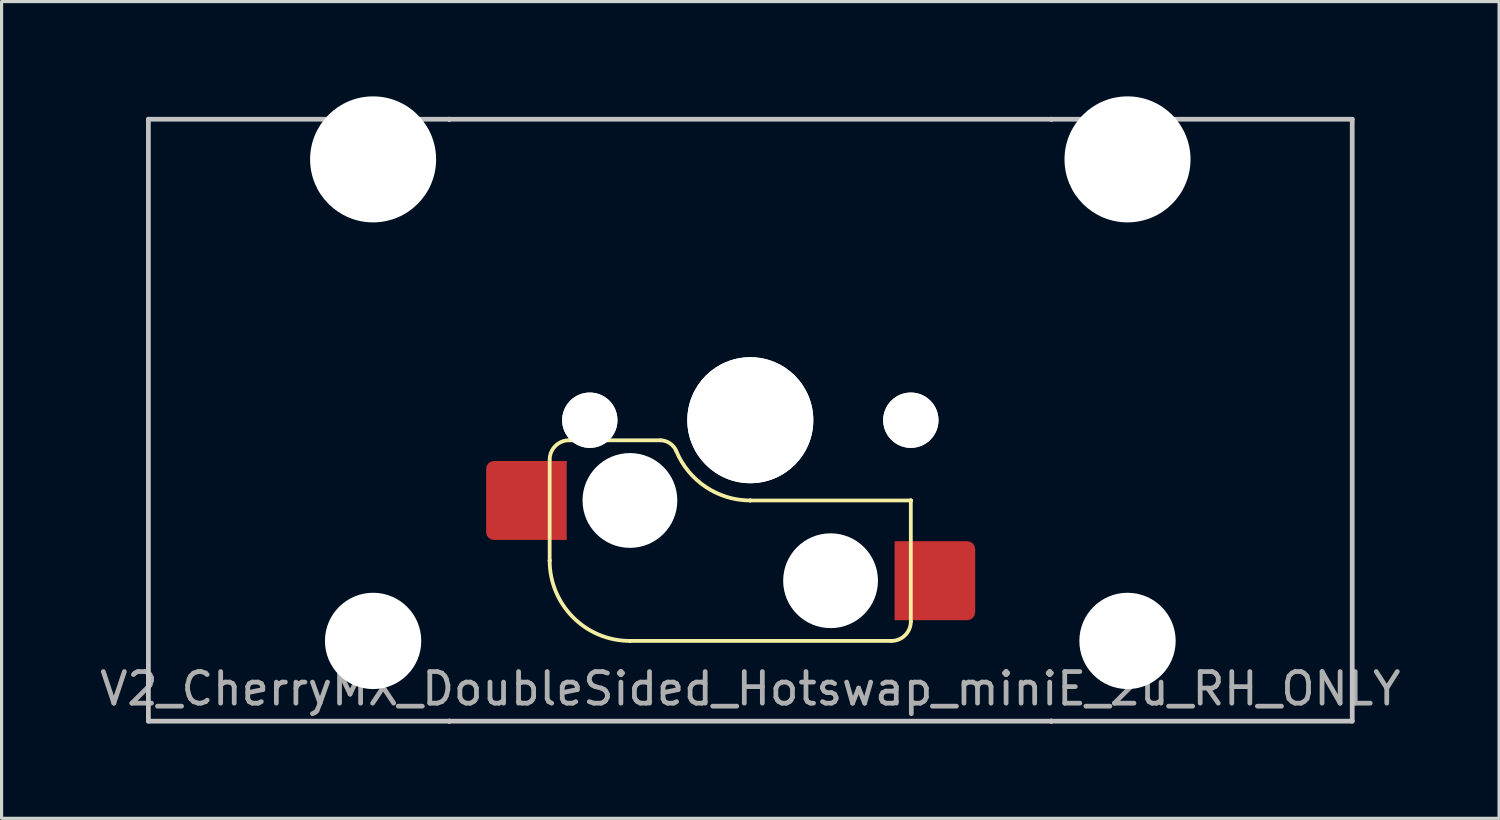
<source format=kicad_pcb>
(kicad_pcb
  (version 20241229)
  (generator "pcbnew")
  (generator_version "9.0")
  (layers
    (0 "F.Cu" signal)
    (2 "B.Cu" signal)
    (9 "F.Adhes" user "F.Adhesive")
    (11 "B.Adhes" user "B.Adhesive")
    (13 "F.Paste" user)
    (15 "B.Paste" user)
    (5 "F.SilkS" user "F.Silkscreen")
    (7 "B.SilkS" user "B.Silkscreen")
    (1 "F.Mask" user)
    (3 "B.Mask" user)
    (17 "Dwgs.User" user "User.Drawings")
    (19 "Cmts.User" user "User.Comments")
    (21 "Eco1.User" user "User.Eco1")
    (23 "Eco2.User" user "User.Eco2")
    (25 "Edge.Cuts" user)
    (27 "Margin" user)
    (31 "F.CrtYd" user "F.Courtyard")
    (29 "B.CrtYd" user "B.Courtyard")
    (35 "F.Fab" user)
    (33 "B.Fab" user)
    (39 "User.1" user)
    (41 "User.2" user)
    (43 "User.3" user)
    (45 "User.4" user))
  (footprint "V2_CherryMX_DoubleSided_Hotswap_miniE_2u_RH_ONLY"
    (layer "F.Cu")
    (at 20.696 10.249)
    (property "Reference" "V2_CherryMX_DoubleSided_Hotswap_miniE_2u_RH_ONLY" (at 0 8.5 0) (layer "F.Fab") (effects (font (size 1 1) (thickness 0.15))))
    (attr smd)
    (fp_line (start -6.35 4.445) (end -6.35 1.26) (stroke (width 0.12) (type solid)) (layer "F.SilkS"))
    (fp_line (start -6.35 4.445) (end -6.35 4.445) (stroke (width 0.12) (type solid)) (layer "F.SilkS"))
    (fp_line (start -5.73 0.635) (end -2.84 0.635) (stroke (width 0.12) (type solid)) (layer "F.SilkS"))
    (fp_line (start -3.81 6.985) (end -3.81 6.985) (stroke (width 0.12) (type solid)) (layer "F.SilkS"))
    (fp_line (start -3.81 6.985) (end 4.46 6.985) (stroke (width 0.12) (type solid)) (layer "F.SilkS"))
    (fp_line (start 0 2.54) (end 0 2.54) (stroke (width 0.12) (type solid)) (layer "F.SilkS"))
    (fp_line (start 0 2.54) (end 5.08 2.54) (stroke (width 0.12) (type solid)) (layer "F.SilkS"))
    (fp_line (start 5.08 2.54) (end 5.08 2.54) (stroke (width 0.12) (type solid)) (layer "F.SilkS"))
    (fp_line (start 5.08 2.54) (end 5.08 2.54) (stroke (width 0.12) (type solid)) (layer "F.SilkS"))
    (fp_line (start 5.08 6.37) (end 5.08 2.54) (stroke (width 0.12) (type solid)) (layer "F.SilkS"))
    (fp_arc (start -6.35 1.25) (mid -6.169871 0.815129) (end -5.735 0.635) (stroke (width 0.12) (type default)) (layer "F.SilkS"))
    (fp_arc (start -3.81 6.985) (mid -5.606051 6.241051) (end -6.35 4.445) (stroke (width 0.12) (type solid)) (layer "F.SilkS"))
    (fp_arc (start -2.840072 0.635) (mid -2.539136 0.734324) (end -2.34 0.980845) (stroke (width 0.12) (type default)) (layer "F.SilkS"))
    (fp_arc (start 0 2.54) (mid -1.405313 2.115202) (end -2.34 0.983072) (stroke (width 0.12) (type solid)) (layer "F.SilkS"))
    (fp_arc (start 5.080129 6.37) (mid 4.9 6.80487) (end 4.465129 6.985) (stroke (width 0.12) (type default)) (layer "F.SilkS"))
    (fp_line (start -19.05 -9.525) (end 19.05 -9.525) (stroke (width 0.15) (type solid)) (layer "Dwgs.User"))
    (fp_line (start -19.05 9.525) (end -19.05 -9.525) (stroke (width 0.15) (type solid)) (layer "Dwgs.User"))
    (fp_line (start -9.525 -9.525) (end -9.525 -9.525) (stroke (width 0.15) (type solid)) (layer "Dwgs.User"))
    (fp_line (start -9.525 -9.525) (end -9.525 -9.525) (stroke (width 0.15) (type solid)) (layer "Dwgs.User"))
    (fp_line (start -9.525 -9.525) (end -9.525 -9.525) (stroke (width 0.15) (type solid)) (layer "Dwgs.User"))
    (fp_line (start -9.525 -9.525) (end -9.525 -9.525) (stroke (width 0.15) (type solid)) (layer "Dwgs.User"))
    (fp_line (start -9.525 9.525) (end -9.525 9.525) (stroke (width 0.15) (type solid)) (layer "Dwgs.User"))
    (fp_line (start -9.525 9.525) (end -9.525 9.525) (stroke (width 0.15) (type solid)) (layer "Dwgs.User"))
    (fp_line (start -9.525 9.525) (end -9.525 9.525) (stroke (width 0.15) (type solid)) (layer "Dwgs.User"))
    (fp_line (start -9.525 9.525) (end -9.525 9.525) (stroke (width 0.15) (type solid)) (layer "Dwgs.User"))
    (fp_line (start 9.525 -9.525) (end 9.525 -9.525) (stroke (width 0.15) (type solid)) (layer "Dwgs.User"))
    (fp_line (start 9.525 -9.525) (end 9.525 -9.525) (stroke (width 0.15) (type solid)) (layer "Dwgs.User"))
    (fp_line (start 9.525 -9.525) (end 9.525 -9.525) (stroke (width 0.15) (type solid)) (layer "Dwgs.User"))
    (fp_line (start 9.525 -9.525) (end 9.525 -9.525) (stroke (width 0.15) (type solid)) (layer "Dwgs.User"))
    (fp_line (start 9.525 9.525) (end 9.525 9.525) (stroke (width 0.15) (type solid)) (layer "Dwgs.User"))
    (fp_line (start 9.525 9.525) (end 9.525 9.525) (stroke (width 0.15) (type solid)) (layer "Dwgs.User"))
    (fp_line (start 9.525 9.525) (end 9.525 9.525) (stroke (width 0.15) (type solid)) (layer "Dwgs.User"))
    (fp_line (start 9.525 9.525) (end 9.525 9.525) (stroke (width 0.15) (type solid)) (layer "Dwgs.User"))
    (fp_line (start 19.05 -9.525) (end 19.05 9.525) (stroke (width 0.15) (type solid)) (layer "Dwgs.User"))
    (fp_line (start 19.05 9.525) (end -19.05 9.525) (stroke (width 0.15) (type solid)) (layer "Dwgs.User"))
    (fp_line (start -9.525 9.525) (end -9.525 -9.525) (stroke (width 0.15) (type solid)) (layer "User.2"))
    (fp_line (start 9.525 -9.525) (end -9.525 -9.525) (stroke (width 0.15) (type solid)) (layer "User.2"))
    (fp_line (start 9.525 9.525) (end -9.525 9.525) (stroke (width 0.15) (type solid)) (layer "User.2"))
    (fp_line (start 9.525 9.525) (end 9.525 -9.525) (stroke (width 0.15) (type solid)) (layer "User.2"))
    (pad "" np_thru_hole circle (at -11.938 -8.255) (size 3.988 3.988) (drill 3.988) (layers "*.Cu" "*.Mask"))
    (pad "" np_thru_hole circle (at -11.938 6.985) (size 3.048 3.048) (drill 3.048) (layers "*.Cu" "*.Mask"))
    (pad "" np_thru_hole circle (at -5.08 0 180) (size 1.75 1.75) (drill 1.75) (layers "*.Cu" "*.Mask"))
    (pad "" np_thru_hole circle (at -5.08 0 180) (size 1.75 1.75) (drill 1.75) (layers "*.Cu" "*.Mask"))
    (pad "" np_thru_hole circle (at -3.81 2.54 180) (size 3 3) (drill 3) (layers "*.Cu" "*.Mask"))
    (pad "" np_thru_hole circle (at 0 0 180) (size 3.988 3.988) (drill 3.988) (layers "*.Cu" "*.Mask"))
    (pad "" np_thru_hole circle (at 0 0 180) (size 3.988 3.988) (drill 3.988) (layers "*.Cu" "*.Mask"))
    (pad "" np_thru_hole circle (at 2.54 5.08 180) (size 3 3) (drill 3) (layers "*.Cu" "*.Mask"))
    (pad "" np_thru_hole circle (at 5.08 0 180) (size 1.75 1.75) (drill 1.75) (layers "*.Cu" "*.Mask"))
    (pad "" np_thru_hole circle (at 5.08 0 180) (size 1.75 1.75) (drill 1.75) (layers "*.Cu" "*.Mask"))
    (pad "" np_thru_hole circle (at 11.938 -8.255) (size 3.988 3.988) (drill 3.988) (layers "*.Cu" "*.Mask"))
    (pad "" np_thru_hole circle (at 11.938 6.985) (size 3.048 3.048) (drill 3.048) (layers "*.Cu" "*.Mask"))
    (pad "5" smd roundrect (at -7.085 2.54 180) (size 2.55 2.5) (layers "F.Cu" "F.Mask" "F.Paste") (roundrect_rratio 0.1) (chamfer_ratio 0) (chamfer top_left bottom_left))
    (pad "6" smd roundrect (at 5.842 5.08 180) (size 2.55 2.5) (layers "F.Cu" "F.Mask" "F.Paste") (roundrect_rratio 0.1) (chamfer_ratio 0) (chamfer top_right bottom_right)))
  (gr_rect
    (start -3 -3)
    (end 44.393 22.849)
    (stroke (width 0.1) (type default))
    (fill no)
    (layer "Edge.Cuts")))
</source>
